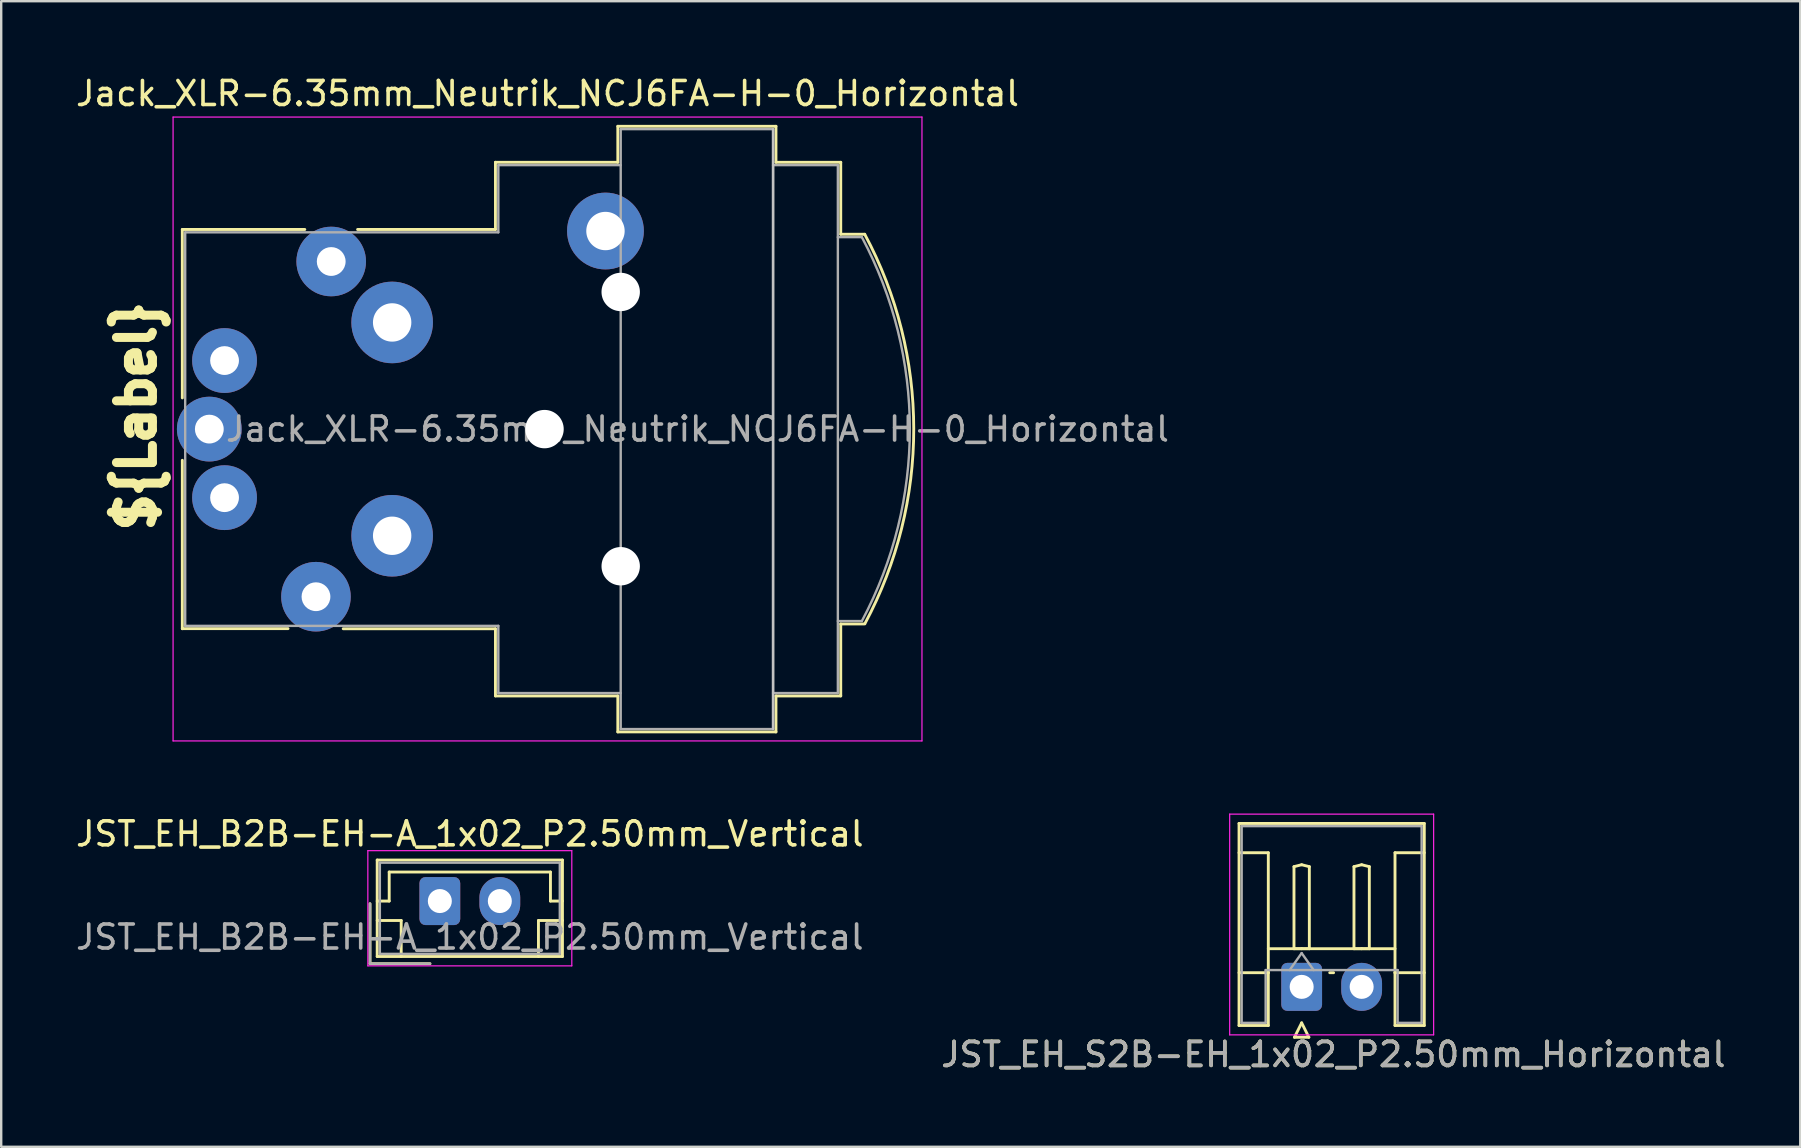
<source format=kicad_pcb>
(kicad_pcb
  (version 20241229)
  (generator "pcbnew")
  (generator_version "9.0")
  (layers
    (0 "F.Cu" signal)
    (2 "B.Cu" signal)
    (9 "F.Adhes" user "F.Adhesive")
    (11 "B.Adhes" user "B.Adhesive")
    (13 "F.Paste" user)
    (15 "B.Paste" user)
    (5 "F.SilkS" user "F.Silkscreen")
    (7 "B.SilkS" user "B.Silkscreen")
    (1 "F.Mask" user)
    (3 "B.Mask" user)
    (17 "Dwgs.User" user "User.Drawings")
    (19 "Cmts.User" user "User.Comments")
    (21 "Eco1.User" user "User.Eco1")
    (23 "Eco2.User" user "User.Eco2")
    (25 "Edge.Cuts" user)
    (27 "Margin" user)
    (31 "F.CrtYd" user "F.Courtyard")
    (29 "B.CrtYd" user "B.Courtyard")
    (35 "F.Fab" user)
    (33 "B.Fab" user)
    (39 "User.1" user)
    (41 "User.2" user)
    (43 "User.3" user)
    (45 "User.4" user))
  (footprint "JST_EH_S2B-EH_1x02_P2.50mm_Horizontal"
    (layer "F.Cu")
    (at 52.467 31.268)
    (property "Reference" "JST_EH_S2B-EH_1x02_P2.50mm_Horizontal" (at 0.051 9.627 0) (layer "F.SilkS") (effects (font (size 1 1) (thickness 0.15))))
    (attr through_hole)
    (fp_line (start -3.88 0) (end 3.84 0) (stroke (width 0.12) (type solid)) (layer "F.SilkS"))
    (fp_line (start -3.88 1.22) (end -2.66 1.22) (stroke (width 0.12) (type solid)) (layer "F.SilkS"))
    (fp_line (start -3.88 8.42) (end -3.88 0) (stroke (width 0.12) (type solid)) (layer "F.SilkS"))
    (fp_line (start -2.66 1.22) (end -2.66 6.22) (stroke (width 0.12) (type solid)) (layer "F.SilkS"))
    (fp_line (start -2.66 5.22) (end 2.62 5.22) (stroke (width 0.12) (type solid)) (layer "F.SilkS"))
    (fp_line (start -2.66 6.22) (end -3.88 6.22) (stroke (width 0.12) (type solid)) (layer "F.SilkS"))
    (fp_line (start -2.66 6.22) (end -2.66 8.42) (stroke (width 0.12) (type solid)) (layer "F.SilkS"))
    (fp_line (start -2.66 8.42) (end -3.88 8.42) (stroke (width 0.12) (type solid)) (layer "F.SilkS"))
    (fp_line (start -1.59 1.8) (end -1.27 1.72) (stroke (width 0.12) (type solid)) (layer "F.SilkS"))
    (fp_line (start -1.59 5.22) (end -1.59 1.8) (stroke (width 0.12) (type solid)) (layer "F.SilkS"))
    (fp_line (start -1.57 8.91) (end -0.97 8.91) (stroke (width 0.12) (type solid)) (layer "F.SilkS"))
    (fp_line (start -1.27 1.72) (end -0.95 1.8) (stroke (width 0.12) (type solid)) (layer "F.SilkS"))
    (fp_line (start -1.27 5.22) (end -1.59 5.22) (stroke (width 0.12) (type solid)) (layer "F.SilkS"))
    (fp_line (start -1.27 8.31) (end -1.57 8.91) (stroke (width 0.12) (type solid)) (layer "F.SilkS"))
    (fp_line (start -0.97 8.91) (end -1.27 8.31) (stroke (width 0.12) (type solid)) (layer "F.SilkS"))
    (fp_line (start -0.95 1.8) (end -0.95 5.22) (stroke (width 0.12) (type solid)) (layer "F.SilkS"))
    (fp_line (start -0.95 5.22) (end -1.27 5.22) (stroke (width 0.12) (type solid)) (layer "F.SilkS"))
    (fp_line (start -0.1 6.22) (end 0.06 6.22) (stroke (width 0.12) (type solid)) (layer "F.SilkS"))
    (fp_line (start 0.91 1.8) (end 1.23 1.72) (stroke (width 0.12) (type solid)) (layer "F.SilkS"))
    (fp_line (start 0.91 5.22) (end 0.91 1.8) (stroke (width 0.12) (type solid)) (layer "F.SilkS"))
    (fp_line (start 1.23 1.72) (end 1.55 1.8) (stroke (width 0.12) (type solid)) (layer "F.SilkS"))
    (fp_line (start 1.23 5.22) (end 0.91 5.22) (stroke (width 0.12) (type solid)) (layer "F.SilkS"))
    (fp_line (start 1.55 1.8) (end 1.55 5.22) (stroke (width 0.12) (type solid)) (layer "F.SilkS"))
    (fp_line (start 1.55 5.22) (end 1.23 5.22) (stroke (width 0.12) (type solid)) (layer "F.SilkS"))
    (fp_line (start 2.62 1.22) (end 2.62 6.22) (stroke (width 0.12) (type solid)) (layer "F.SilkS"))
    (fp_line (start 2.62 6.22) (end 3.84 6.22) (stroke (width 0.12) (type solid)) (layer "F.SilkS"))
    (fp_line (start 2.62 8.42) (end 2.62 6.22) (stroke (width 0.12) (type solid)) (layer "F.SilkS"))
    (fp_line (start 3.84 0) (end 3.84 8.42) (stroke (width 0.12) (type solid)) (layer "F.SilkS"))
    (fp_line (start 3.84 1.22) (end 2.62 1.22) (stroke (width 0.12) (type solid)) (layer "F.SilkS"))
    (fp_line (start 3.84 8.42) (end 2.62 8.42) (stroke (width 0.12) (type solid)) (layer "F.SilkS"))
    (fp_line (start -4.27 -0.39) (end -4.27 8.81) (stroke (width 0.05) (type solid)) (layer "F.CrtYd"))
    (fp_line (start -4.27 8.81) (end 4.23 8.81) (stroke (width 0.05) (type solid)) (layer "F.CrtYd"))
    (fp_line (start 4.23 -0.39) (end -4.27 -0.39) (stroke (width 0.05) (type solid)) (layer "F.CrtYd"))
    (fp_line (start 4.23 8.81) (end 4.23 -0.39) (stroke (width 0.05) (type solid)) (layer "F.CrtYd"))
    (fp_line (start -3.77 0.11) (end 3.73 0.11) (stroke (width 0.1) (type solid)) (layer "F.Fab"))
    (fp_line (start -3.77 8.31) (end -3.77 0.11) (stroke (width 0.1) (type solid)) (layer "F.Fab"))
    (fp_line (start -2.77 6.11) (end -2.77 8.31) (stroke (width 0.1) (type solid)) (layer "F.Fab"))
    (fp_line (start -2.77 8.31) (end -3.77 8.31) (stroke (width 0.1) (type solid)) (layer "F.Fab"))
    (fp_line (start -1.77 6.11) (end -1.27 5.403) (stroke (width 0.1) (type solid)) (layer "F.Fab"))
    (fp_line (start -1.27 5.403) (end -0.77 6.11) (stroke (width 0.1) (type solid)) (layer "F.Fab"))
    (fp_line (start 2.73 6.11) (end -2.77 6.11) (stroke (width 0.1) (type solid)) (layer "F.Fab"))
    (fp_line (start 2.73 8.31) (end 2.73 6.11) (stroke (width 0.1) (type solid)) (layer "F.Fab"))
    (fp_line (start 3.73 0.11) (end 3.73 8.31) (stroke (width 0.1) (type solid)) (layer "F.Fab"))
    (fp_line (start 3.73 8.31) (end 2.73 8.31) (stroke (width 0.1) (type solid)) (layer "F.Fab"))
    (fp_text user "${REFERENCE}" (at 0.051 9.627 0) (layer "F.Fab") (effects (font (size 1 1) (thickness 0.15))))
    (pad "1" thru_hole roundrect (at -1.27 6.81) (size 1.7 2) (drill 1) (layers "*.Cu" "*.Mask") (roundrect_rratio 0.147))
    (pad "2" thru_hole oval (at 1.23 6.81) (size 1.7 2) (drill 1) (layers "*.Cu" "*.Mask")))
  (footprint "Jack_XLR-6.35mm_Neutrik_NCJ6FA-H-0_Horizontal"
    (layer "F.Cu")
    (at 10.753 7.848)
    (property "Reference" "Jack_XLR-6.35mm_Neutrik_NCJ6FA-H-0_Horizontal" (at 9.015 -7 0) (layer "F.SilkS") (effects (font (size 1 1) (thickness 0.15))))
    (attr through_hole)
    (fp_line (start -6.205 -1.335) (end -6.205 5.685) (stroke (width 0.12) (type solid)) (layer "F.SilkS"))
    (fp_line (start -6.205 8.285) (end -6.205 15.305) (stroke (width 0.12) (type solid)) (layer "F.SilkS"))
    (fp_line (start -1.8 15.3) (end -6.205 15.3) (stroke (width 0.12) (type solid)) (layer "F.SilkS"))
    (fp_line (start -1.1 -1.335) (end -6.205 -1.335) (stroke (width 0.12) (type solid)) (layer "F.SilkS"))
    (fp_line (start 6.845 -4.135) (end 6.845 -1.335) (stroke (width 0.12) (type solid)) (layer "F.SilkS"))
    (fp_line (start 6.845 -1.335) (end 1.1 -1.335) (stroke (width 0.12) (type solid)) (layer "F.SilkS"))
    (fp_line (start 6.845 15.305) (end 0.5 15.305) (stroke (width 0.12) (type solid)) (layer "F.SilkS"))
    (fp_line (start 6.845 18.105) (end 6.845 15.305) (stroke (width 0.12) (type solid)) (layer "F.SilkS"))
    (fp_line (start 11.945 -4.135) (end 6.845 -4.135) (stroke (width 0.12) (type solid)) (layer "F.SilkS"))
    (fp_line (start 11.945 -4.135) (end 11.945 -5.635) (stroke (width 0.12) (type solid)) (layer "F.SilkS"))
    (fp_line (start 11.945 18.105) (end 6.845 18.105) (stroke (width 0.12) (type solid)) (layer "F.SilkS"))
    (fp_line (start 11.945 19.605) (end 11.945 18.105) (stroke (width 0.12) (type solid)) (layer "F.SilkS"))
    (fp_line (start 18.535 -5.635) (end 11.945 -5.635) (stroke (width 0.12) (type solid)) (layer "F.SilkS"))
    (fp_line (start 18.535 -5.635) (end 18.535 -4.135) (stroke (width 0.12) (type solid)) (layer "F.SilkS"))
    (fp_line (start 18.535 -4.135) (end 21.235 -4.135) (stroke (width 0.12) (type solid)) (layer "F.SilkS"))
    (fp_line (start 18.535 18.105) (end 18.535 19.605) (stroke (width 0.12) (type solid)) (layer "F.SilkS"))
    (fp_line (start 18.535 18.105) (end 21.235 18.105) (stroke (width 0.12) (type solid)) (layer "F.SilkS"))
    (fp_line (start 18.535 19.605) (end 11.945 19.605) (stroke (width 0.12) (type solid)) (layer "F.SilkS"))
    (fp_line (start 21.235 -4.135) (end 21.235 -1.135) (stroke (width 0.12) (type solid)) (layer "F.SilkS"))
    (fp_line (start 21.235 -1.135) (end 22.235 -1.135) (stroke (width 0.12) (type solid)) (layer "F.SilkS"))
    (fp_line (start 21.235 15.105) (end 21.235 18.105) (stroke (width 0.12) (type solid)) (layer "F.SilkS"))
    (fp_line (start 21.235 15.105) (end 22.235 15.105) (stroke (width 0.12) (type solid)) (layer "F.SilkS"))
    (fp_arc (start 22.235 -1.135) (mid 24.27742 6.973784) (end 22.245601 15.08523) (stroke (width 0.12) (type solid)) (layer "F.SilkS"))
    (fp_line (start 18.415 -5.515) (end 18.415 19.485) (stroke (width 0.1) (type solid)) (layer "Dwgs.User"))
    (fp_line (start -6.59 -6.02) (end -6.59 19.98) (stroke (width 0.05) (type solid)) (layer "F.CrtYd"))
    (fp_line (start 24.62 -6.02) (end -6.59 -6.02) (stroke (width 0.05) (type solid)) (layer "F.CrtYd"))
    (fp_line (start 24.62 -6.02) (end 24.62 19.98) (stroke (width 0.05) (type solid)) (layer "F.CrtYd"))
    (fp_line (start 24.62 19.98) (end -6.59 19.98) (stroke (width 0.05) (type solid)) (layer "F.CrtYd"))
    (fp_line (start -6.085 -1.215) (end -6.085 15.185) (stroke (width 0.1) (type solid)) (layer "F.Fab"))
    (fp_line (start -6.085 15.185) (end 6.965 15.185) (stroke (width 0.1) (type solid)) (layer "F.Fab"))
    (fp_line (start 6.965 -4.015) (end 6.965 -1.215) (stroke (width 0.1) (type solid)) (layer "F.Fab"))
    (fp_line (start 6.965 -1.215) (end -6.085 -1.215) (stroke (width 0.1) (type solid)) (layer "F.Fab"))
    (fp_line (start 6.965 15.185) (end 6.965 17.985) (stroke (width 0.1) (type solid)) (layer "F.Fab"))
    (fp_line (start 6.965 17.985) (end 12.065 17.985) (stroke (width 0.1) (type solid)) (layer "F.Fab"))
    (fp_line (start 12.065 -5.515) (end 18.415 -5.515) (stroke (width 0.1) (type solid)) (layer "F.Fab"))
    (fp_line (start 12.065 -4.015) (end 6.965 -4.015) (stroke (width 0.1) (type solid)) (layer "F.Fab"))
    (fp_line (start 12.065 19.485) (end 12.065 -5.515) (stroke (width 0.1) (type solid)) (layer "F.Fab"))
    (fp_line (start 18.415 -5.515) (end 18.415 19.485) (stroke (width 0.1) (type solid)) (layer "F.Fab"))
    (fp_line (start 18.415 -4.015) (end 21.115 -4.015) (stroke (width 0.1) (type solid)) (layer "F.Fab"))
    (fp_line (start 18.415 19.485) (end 12.065 19.485) (stroke (width 0.1) (type solid)) (layer "F.Fab"))
    (fp_line (start 21.115 -4.015) (end 21.115 17.985) (stroke (width 0.1) (type solid)) (layer "F.Fab"))
    (fp_line (start 21.115 -1.015) (end 22.115 -1.015) (stroke (width 0.1) (type solid)) (layer "F.Fab"))
    (fp_line (start 21.115 14.985) (end 22.115 14.985) (stroke (width 0.1) (type solid)) (layer "F.Fab"))
    (fp_line (start 21.115 17.985) (end 18.415 17.985) (stroke (width 0.1) (type solid)) (layer "F.Fab"))
    (fp_arc (start 22.115 -1.015) (mid 24.114999 6.978328) (end 22.121275 14.973223) (stroke (width 0.1) (type solid)) (layer "F.Fab"))
    (fp_text user "${Label}" (at -8.125 6.45 90) (layer "F.SilkS") (effects (font (size 1.5 1.5) (thickness 0.375))))
    (fp_text user "${REFERENCE}" (at 15.265 6.985 0) (layer "F.Fab") (effects (font (size 1 1) (thickness 0.15))))
    (pad "" np_thru_hole circle (at 8.89 6.985) (size 1.6 1.6) (drill 1.6) (layers "*.Cu" "*.Mask"))
    (pad "" np_thru_hole circle (at 12.065 1.27) (size 1.6 1.6) (drill 1.6) (layers "*.Cu" "*.Mask"))
    (pad "" np_thru_hole circle (at 12.065 12.7) (size 1.6 1.6) (drill 1.6) (layers "*.Cu" "*.Mask"))
    (pad "1" thru_hole circle (at 0 0) (size 2.9 2.9) (drill 1.2) (layers "*.Cu" "*.Mask"))
    (pad "2" thru_hole circle (at -0.635 13.97) (size 2.9 2.9) (drill 1.2) (layers "*.Cu" "*.Mask"))
    (pad "3" thru_hole circle (at -5.08 6.985) (size 2.7 2.7) (drill 1.2) (layers "*.Cu" "*.Mask"))
    (pad "G" thru_hole circle (at 11.43 -1.27) (size 3.2 3.2) (drill 1.6) (layers "*.Cu" "*.Mask"))
    (pad "R" thru_hole circle (at -4.445 9.842) (size 2.7 2.7) (drill 1.2) (layers "*.Cu" "*.Mask"))
    (pad "S" thru_hole circle (at -4.445 4.128) (size 2.7 2.7) (drill 1.2) (layers "*.Cu" "*.Mask"))
    (pad "T" thru_hole circle (at 2.54 2.54) (size 3.4 3.4) (drill 1.6) (layers "*.Cu" "*.Mask"))
    (pad "T" thru_hole circle (at 2.54 11.43) (size 3.4 3.4) (drill 1.6) (layers "*.Cu" "*.Mask")))
  (footprint "JST_EH_B2B-EH-A_1x02_P2.50mm_Vertical"
    (layer "F.Cu")
    (at 15.28 34.502)
    (property "Reference" "JST_EH_B2B-EH-A_1x02_P2.50mm_Vertical" (at 1.25 -2.8 0) (layer "F.SilkS") (effects (font (size 1 1) (thickness 0.15))))
    (attr through_hole)
    (fp_line (start -2.91 0.11) (end -2.91 2.61) (stroke (width 0.12) (type solid)) (layer "F.SilkS"))
    (fp_line (start -2.91 2.61) (end -0.41 2.61) (stroke (width 0.12) (type solid)) (layer "F.SilkS"))
    (fp_line (start -2.61 -1.71) (end -2.61 2.31) (stroke (width 0.12) (type solid)) (layer "F.SilkS"))
    (fp_line (start -2.61 0) (end -2.11 0) (stroke (width 0.12) (type solid)) (layer "F.SilkS"))
    (fp_line (start -2.61 0.81) (end -1.61 0.81) (stroke (width 0.12) (type solid)) (layer "F.SilkS"))
    (fp_line (start -2.61 2.31) (end 5.11 2.31) (stroke (width 0.12) (type solid)) (layer "F.SilkS"))
    (fp_line (start -2.11 -1.21) (end 4.61 -1.21) (stroke (width 0.12) (type solid)) (layer "F.SilkS"))
    (fp_line (start -2.11 0) (end -2.11 -1.21) (stroke (width 0.12) (type solid)) (layer "F.SilkS"))
    (fp_line (start -1.61 0.81) (end -1.61 2.31) (stroke (width 0.12) (type solid)) (layer "F.SilkS"))
    (fp_line (start 4.11 0.81) (end 4.11 2.31) (stroke (width 0.12) (type solid)) (layer "F.SilkS"))
    (fp_line (start 4.61 -1.21) (end 4.61 0) (stroke (width 0.12) (type solid)) (layer "F.SilkS"))
    (fp_line (start 4.61 0) (end 5.11 0) (stroke (width 0.12) (type solid)) (layer "F.SilkS"))
    (fp_line (start 5.11 -1.71) (end -2.61 -1.71) (stroke (width 0.12) (type solid)) (layer "F.SilkS"))
    (fp_line (start 5.11 0.81) (end 4.11 0.81) (stroke (width 0.12) (type solid)) (layer "F.SilkS"))
    (fp_line (start 5.11 2.31) (end 5.11 -1.71) (stroke (width 0.12) (type solid)) (layer "F.SilkS"))
    (fp_line (start -3 -2.1) (end -3 2.7) (stroke (width 0.05) (type solid)) (layer "F.CrtYd"))
    (fp_line (start -3 2.7) (end 5.5 2.7) (stroke (width 0.05) (type solid)) (layer "F.CrtYd"))
    (fp_line (start 5.5 -2.1) (end -3 -2.1) (stroke (width 0.05) (type solid)) (layer "F.CrtYd"))
    (fp_line (start 5.5 2.7) (end 5.5 -2.1) (stroke (width 0.05) (type solid)) (layer "F.CrtYd"))
    (fp_line (start -2.91 0.11) (end -2.91 2.61) (stroke (width 0.1) (type solid)) (layer "F.Fab"))
    (fp_line (start -2.91 2.61) (end -0.41 2.61) (stroke (width 0.1) (type solid)) (layer "F.Fab"))
    (fp_line (start -2.5 -1.6) (end -2.5 2.2) (stroke (width 0.1) (type solid)) (layer "F.Fab"))
    (fp_line (start -2.5 2.2) (end 5 2.2) (stroke (width 0.1) (type solid)) (layer "F.Fab"))
    (fp_line (start 5 -1.6) (end -2.5 -1.6) (stroke (width 0.1) (type solid)) (layer "F.Fab"))
    (fp_line (start 5 2.2) (end 5 -1.6) (stroke (width 0.1) (type solid)) (layer "F.Fab"))
    (fp_text user "${REFERENCE}" (at 1.25 1.5 0) (layer "F.Fab") (effects (font (size 1 1) (thickness 0.15))))
    (pad "1" thru_hole roundrect (at 0 0) (size 1.7 2) (drill 1) (layers "*.Cu" "*.Mask") (roundrect_rratio 0.147))
    (pad "2" thru_hole oval (at 2.5 0) (size 1.7 2) (drill 1) (layers "*.Cu" "*.Mask")))
  (gr_rect
    (start -3 -3)
    (end 71.976 44.743)
    (stroke (width 0.1) (type default))
    (fill no)
    (layer "Edge.Cuts")))
</source>
